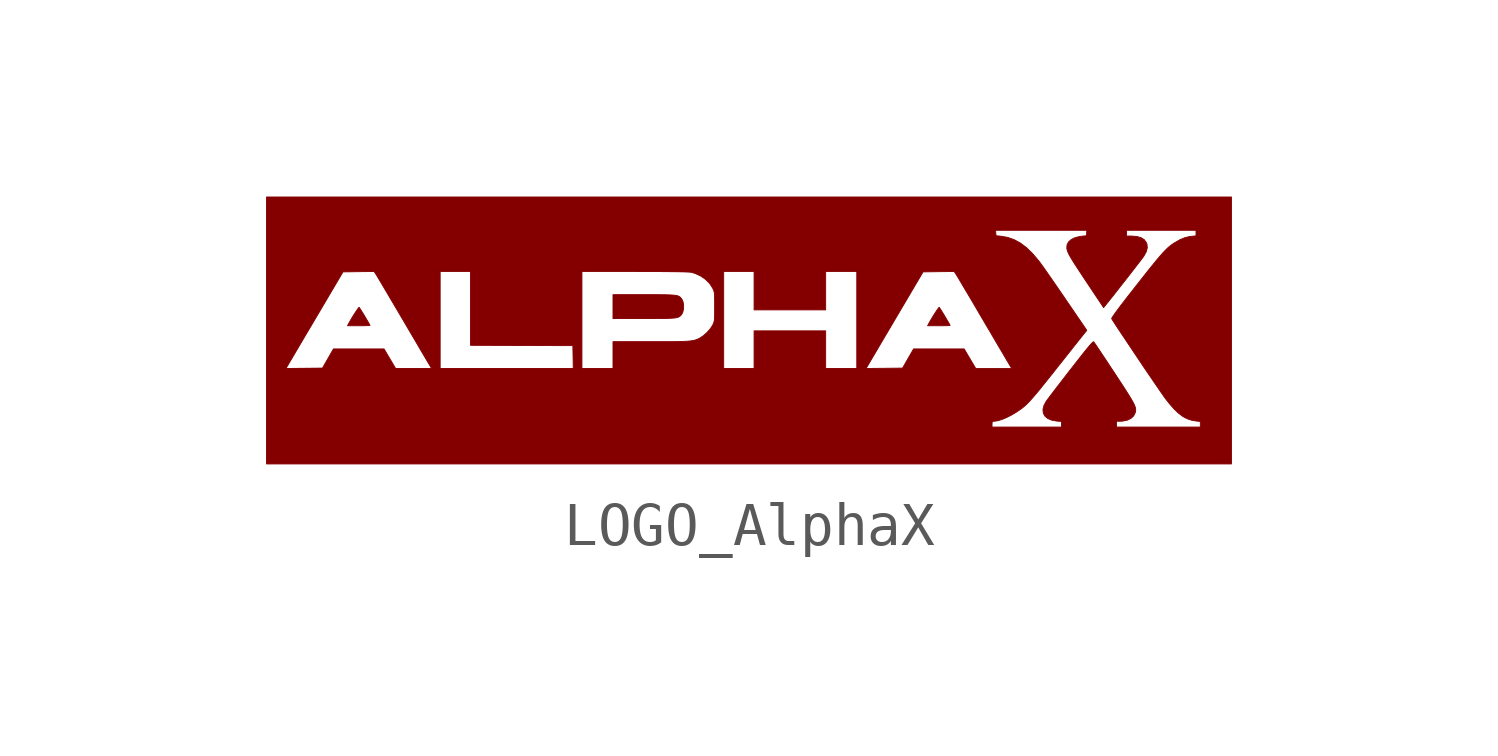
<source format=kicad_sym>
(kicad_symbol_lib
  (version 20220914)
  (generator kicad_symbol_editor)
  (symbol "LOGO_AlphaX"
    (pin_names
      (offset 1.016))
    (property "Reference" "#G"
      (at 0 2.483 0)
      (effects (font (size 1.27 1.27)) hide))
    (symbol "LOGO_AlphaX_0_0"
      (polyline (pts (xy -9.089 0.102) (xy -9.006 0.103) (xy -8.939 0.105) (xy -8.895 0.107) (xy -8.879 0.11) (xy -8.887 0.127) (xy -8.909 0.167) (xy -8.941 0.223) (xy -8.98 0.289) (xy -9.021 0.358) (xy -9.061 0.423) (xy -9.096 0.478) (xy -9.121 0.518) (xy -9.134 0.534) (xy -9.138 0.532) (xy -9.158 0.508) (xy -9.189 0.464) (xy -9.228 0.405) (xy -9.271 0.338) (xy -9.314 0.267) (xy -9.353 0.199) (xy -9.386 0.14) (xy -9.405 0.102) (xy -9.142 0.102) (xy -9.089 0.102)) (stroke (width 0.01) (type default)) (fill (type outline)))
      (polyline (pts (xy 4.501 0.102) (xy 4.584 0.103) (xy 4.651 0.105) (xy 4.695 0.107) (xy 4.711 0.11) (xy 4.703 0.127) (xy 4.681 0.167) (xy 4.648 0.223) (xy 4.609 0.289) (xy 4.568 0.358) (xy 4.528 0.423) (xy 4.494 0.478) (xy 4.468 0.518) (xy 4.456 0.534) (xy 4.451 0.532) (xy 4.432 0.508) (xy 4.4 0.464) (xy 4.362 0.405) (xy 4.319 0.338) (xy 4.276 0.267) (xy 4.236 0.199) (xy 4.204 0.14) (xy 4.184 0.102) (xy 4.447 0.102) (xy 4.501 0.102)) (stroke (width 0.01) (type default)) (fill (type outline)))
      (polyline (pts (xy -2.12 0.272) (xy -1.992 0.273) (xy -1.887 0.275) (xy -1.805 0.279) (xy -1.741 0.284) (xy -1.692 0.292) (xy -1.656 0.303) (xy -1.629 0.317) (xy -1.608 0.334) (xy -1.589 0.354) (xy -1.571 0.379) (xy -1.55 0.422) (xy -1.533 0.498) (xy -1.532 0.582) (xy -1.544 0.661) (xy -1.571 0.722) (xy -1.589 0.746) (xy -1.607 0.767) (xy -1.628 0.784) (xy -1.654 0.798) (xy -1.69 0.809) (xy -1.738 0.817) (xy -1.802 0.822) (xy -1.883 0.826) (xy -1.986 0.829) (xy -2.114 0.83) (xy -2.269 0.83) (xy -3.186 0.83) (xy -3.186 0.271) (xy -2.277 0.271) (xy -2.12 0.272)) (stroke (width 0.01) (type default)) (fill (type outline)))
      (polyline (pts (xy 11.302 3.118) (xy -11.302 3.118) (xy -11.302 -0.899) (xy -10.847 -0.899) (xy -10.816 -0.846) (xy -10.804 -0.825) (xy -10.776 -0.777) (xy -10.733 -0.705) (xy -10.677 -0.61) (xy -10.61 -0.496) (xy -10.532 -0.364) (xy -10.446 -0.218) (xy -10.352 -0.059) (xy -10.252 0.109) (xy -10.148 0.285) (xy -9.511 1.364) (xy -9.147 1.369) (xy -8.782 1.373) (xy -8.782 1.373) (xy -7.235 1.373) (xy -6.524 1.373) (xy -3.914 1.373) (xy -2.678 1.373) (xy -0.593 1.373) (xy 0.119 1.373) (xy 0.119 0.474) (xy 1.796 0.474) (xy 1.796 1.373) (xy 2.525 1.373) (xy 2.525 -0.898) (xy 1.796 -0.898) (xy 1.796 -0.017) (xy 0.119 -0.017) (xy 0.119 -0.898) (xy -0.593 -0.898) (xy -0.593 1.373) (xy -2.678 1.373) (xy -2.489 1.372) (xy -2.236 1.372) (xy -2.016 1.371) (xy -1.828 1.369) (xy -1.672 1.367) (xy -1.547 1.365) (xy -1.453 1.361) (xy -1.388 1.358) (xy -1.352 1.354) (xy -1.257 1.326) (xy -1.131 1.267) (xy -1.016 1.187) (xy -0.921 1.092) (xy -0.853 0.987) (xy -0.841 0.962) (xy -0.828 0.932) (xy -0.818 0.901) (xy -0.812 0.865) (xy -0.808 0.818) (xy -0.806 0.753) (xy -0.805 0.666) (xy -0.805 0.551) (xy -0.805 0.468) (xy -0.805 0.373) (xy -0.807 0.302) (xy -0.81 0.25) (xy -0.816 0.21) (xy -0.824 0.179) (xy -0.836 0.149) (xy -0.852 0.115) (xy -0.859 0.102) (xy -0.914 0.021) (xy -0.989 -0.061) (xy -1.072 -0.134) (xy -1.154 -0.187) (xy -1.175 -0.198) (xy -1.21 -0.214) (xy -1.246 -0.228) (xy -1.285 -0.239) (xy -1.331 -0.248) (xy -1.386 -0.255) (xy -1.454 -0.261) (xy -1.538 -0.265) (xy -1.641 -0.268) (xy -1.765 -0.27) (xy -1.915 -0.271) (xy -2.092 -0.271) (xy -2.3 -0.271) (xy -3.186 -0.271) (xy -3.186 -0.898) (xy -3.914 -0.898) (xy -3.914 1.373) (xy -6.524 1.373) (xy -6.524 -0.356) (xy -5.325 -0.36) (xy -4.126 -0.364) (xy -4.121 -0.631) (xy -4.117 -0.898) (xy -7.235 -0.898) (xy -7.235 1.373) (xy -8.782 1.373) (xy -8.74 1.309) (xy -8.732 1.297) (xy -8.707 1.255) (xy -8.667 1.188) (xy -8.613 1.098) (xy -8.548 0.988) (xy -8.473 0.861) (xy -8.389 0.719) (xy -8.298 0.565) (xy -8.201 0.4) (xy -8.1 0.229) (xy -8.036 0.119) (xy -7.938 -0.047) (xy -7.845 -0.205) (xy -7.759 -0.351) (xy -7.682 -0.483) (xy -7.614 -0.598) (xy -7.557 -0.695) (xy -7.513 -0.769) (xy -7.483 -0.819) (xy -7.469 -0.843) (xy -7.436 -0.898) (xy -8.279 -0.898) (xy -8.414 -0.669) (xy -8.549 -0.441) (xy -9.735 -0.441) (xy -9.863 -0.665) (xy -9.992 -0.89) (xy -10.847 -0.899) (xy 2.743 -0.899) (xy 2.774 -0.846) (xy 2.786 -0.825) (xy 2.814 -0.777) (xy 2.857 -0.705) (xy 2.913 -0.61) (xy 2.98 -0.496) (xy 3.058 -0.364) (xy 3.144 -0.218) (xy 3.238 -0.059) (xy 3.337 0.109) (xy 3.441 0.285) (xy 4.078 1.364) (xy 4.443 1.369) (xy 4.807 1.373) (xy 4.849 1.309) (xy 4.857 1.297) (xy 4.883 1.255) (xy 4.923 1.188) (xy 4.976 1.098) (xy 5.041 0.988) (xy 5.117 0.861) (xy 5.201 0.719) (xy 5.292 0.565) (xy 5.388 0.4) (xy 5.489 0.229) (xy 5.553 0.119) (xy 5.652 -0.047) (xy 5.744 -0.205) (xy 5.83 -0.351) (xy 5.908 -0.483) (xy 5.976 -0.598) (xy 6.032 -0.695) (xy 6.077 -0.769) (xy 6.106 -0.819) (xy 6.12 -0.843) (xy 6.154 -0.898) (xy 5.311 -0.898) (xy 5.041 -0.441) (xy 4.448 -0.441) (xy 3.855 -0.441) (xy 3.726 -0.665) (xy 3.597 -0.89) (xy 2.743 -0.899) (xy -10.847 -0.899) (xy -11.302 -0.899) (xy -11.302 -2.203) (xy 5.693 -2.203) (xy 5.694 -2.187) (xy 5.697 -2.152) (xy 5.712 -2.138) (xy 5.745 -2.135) (xy 5.82 -2.125) (xy 5.919 -2.096) (xy 6.03 -2.05) (xy 6.149 -1.99) (xy 6.269 -1.918) (xy 6.384 -1.839) (xy 6.407 -1.821) (xy 6.448 -1.787) (xy 6.491 -1.749) (xy 6.536 -1.704) (xy 6.588 -1.65) (xy 6.646 -1.584) (xy 6.714 -1.505) (xy 6.793 -1.411) (xy 6.884 -1.298) (xy 6.991 -1.165) (xy 7.115 -1.01) (xy 7.257 -0.83) (xy 7.285 -0.795) (xy 7.391 -0.662) (xy 7.491 -0.535) (xy 7.584 -0.417) (xy 7.667 -0.313) (xy 7.738 -0.223) (xy 7.795 -0.152) (xy 7.835 -0.101) (xy 7.857 -0.075) (xy 7.913 -0.005) (xy 7.411 0.73) (xy 7.388 0.764) (xy 7.288 0.91) (xy 7.191 1.051) (xy 7.099 1.184) (xy 7.015 1.305) (xy 6.94 1.412) (xy 6.878 1.5) (xy 6.829 1.567) (xy 6.798 1.61) (xy 6.784 1.627) (xy 6.64 1.796) (xy 6.499 1.933) (xy 6.357 2.04) (xy 6.211 2.119) (xy 6.06 2.172) (xy 5.901 2.2) (xy 5.787 2.211) (xy 5.781 2.275) (xy 5.776 2.338) (xy 7.915 2.338) (xy 7.91 2.275) (xy 7.905 2.211) (xy 7.786 2.198) (xy 7.752 2.194) (xy 7.639 2.166) (xy 7.55 2.123) (xy 7.486 2.066) (xy 7.45 1.997) (xy 7.445 1.919) (xy 7.448 1.9) (xy 7.456 1.868) (xy 7.468 1.833) (xy 7.487 1.791) (xy 7.513 1.741) (xy 7.549 1.679) (xy 7.595 1.603) (xy 7.655 1.51) (xy 7.729 1.397) (xy 7.818 1.261) (xy 7.925 1.1) (xy 8.307 0.527) (xy 8.412 0.658) (xy 8.465 0.724) (xy 8.543 0.822) (xy 8.628 0.93) (xy 8.717 1.044) (xy 8.808 1.159) (xy 8.897 1.273) (xy 8.982 1.383) (xy 9.06 1.484) (xy 9.129 1.572) (xy 9.184 1.645) (xy 9.225 1.698) (xy 9.247 1.729) (xy 9.255 1.742) (xy 9.309 1.842) (xy 9.331 1.932) (xy 9.322 2.015) (xy 9.31 2.047) (xy 9.262 2.116) (xy 9.188 2.164) (xy 9.087 2.193) (xy 8.96 2.203) (xy 8.845 2.203) (xy 8.845 2.338) (xy 10.472 2.338) (xy 10.472 2.208) (xy 10.362 2.197) (xy 10.322 2.192) (xy 10.209 2.165) (xy 10.092 2.116) (xy 9.963 2.042) (xy 9.945 2.03) (xy 9.905 2.003) (xy 9.866 1.973) (xy 9.825 1.94) (xy 9.783 1.9) (xy 9.735 1.852) (xy 9.682 1.795) (xy 9.621 1.725) (xy 9.551 1.643) (xy 9.471 1.544) (xy 9.377 1.429) (xy 9.27 1.294) (xy 9.147 1.137) (xy 9.006 0.958) (xy 8.846 0.754) (xy 8.781 0.67) (xy 8.702 0.567) (xy 8.633 0.474) (xy 8.575 0.395) (xy 8.531 0.332) (xy 8.504 0.29) (xy 8.495 0.271) (xy 8.501 0.26) (xy 8.524 0.222) (xy 8.563 0.161) (xy 8.616 0.08) (xy 8.681 -0.018) (xy 8.756 -0.131) (xy 8.839 -0.255) (xy 8.928 -0.388) (xy 9.021 -0.527) (xy 9.116 -0.669) (xy 9.211 -0.811) (xy 9.305 -0.95) (xy 9.396 -1.083) (xy 9.481 -1.208) (xy 9.559 -1.322) (xy 9.627 -1.421) (xy 9.684 -1.503) (xy 9.727 -1.565) (xy 9.756 -1.605) (xy 9.847 -1.72) (xy 9.957 -1.846) (xy 10.06 -1.945) (xy 10.16 -2.021) (xy 10.26 -2.075) (xy 10.363 -2.11) (xy 10.473 -2.129) (xy 10.573 -2.14) (xy 10.573 -2.271) (xy 8.608 -2.271) (xy 8.608 -2.135) (xy 8.697 -2.135) (xy 8.751 -2.132) (xy 8.858 -2.111) (xy 8.945 -2.07) (xy 9.01 -2.011) (xy 9.047 -1.936) (xy 9.05 -1.928) (xy 9.056 -1.898) (xy 9.059 -1.868) (xy 9.056 -1.835) (xy 9.046 -1.797) (xy 9.028 -1.751) (xy 9.001 -1.696) (xy 8.962 -1.627) (xy 8.912 -1.544) (xy 8.848 -1.442) (xy 8.77 -1.32) (xy 8.675 -1.175) (xy 8.563 -1.004) (xy 8.546 -0.978) (xy 8.454 -0.84) (xy 8.369 -0.71) (xy 8.29 -0.593) (xy 8.222 -0.489) (xy 8.164 -0.403) (xy 8.119 -0.336) (xy 8.089 -0.293) (xy 8.076 -0.275) (xy 8.072 -0.273) (xy 8.059 -0.278) (xy 8.039 -0.296) (xy 8.009 -0.328) (xy 7.968 -0.375) (xy 7.914 -0.44) (xy 7.845 -0.525) (xy 7.761 -0.631) (xy 7.66 -0.76) (xy 7.539 -0.915) (xy 7.533 -0.922) (xy 7.429 -1.056) (xy 7.33 -1.185) (xy 7.238 -1.304) (xy 7.154 -1.413) (xy 7.083 -1.506) (xy 7.025 -1.583) (xy 6.984 -1.638) (xy 6.961 -1.67) (xy 6.91 -1.765) (xy 6.886 -1.859) (xy 6.894 -1.942) (xy 6.931 -2.013) (xy 6.997 -2.07) (xy 7.091 -2.11) (xy 7.21 -2.131) (xy 7.32 -2.14) (xy 7.32 -2.271) (xy 5.693 -2.271) (xy 5.693 -2.203) (xy -11.302 -2.203) (xy -11.302 -3.135) (xy 11.302 -3.135) (xy 11.302 3.118)) (stroke (width 0.01) (type default)) (fill (type outline))))))
</source>
